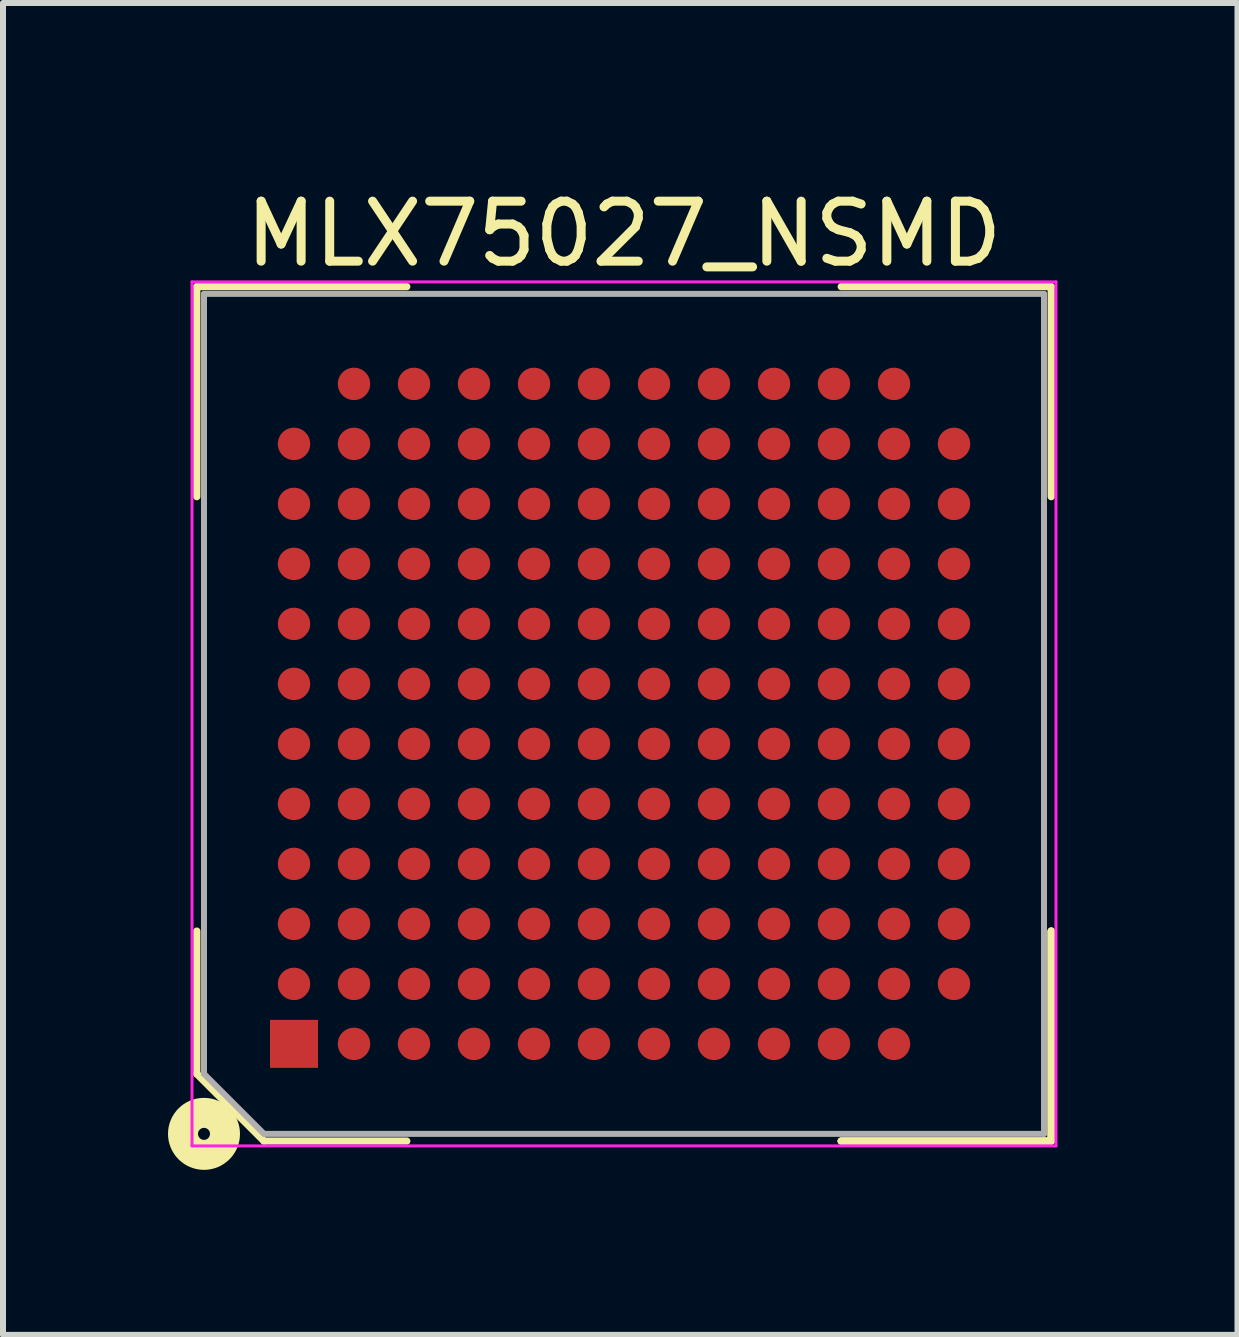
<source format=kicad_pcb>
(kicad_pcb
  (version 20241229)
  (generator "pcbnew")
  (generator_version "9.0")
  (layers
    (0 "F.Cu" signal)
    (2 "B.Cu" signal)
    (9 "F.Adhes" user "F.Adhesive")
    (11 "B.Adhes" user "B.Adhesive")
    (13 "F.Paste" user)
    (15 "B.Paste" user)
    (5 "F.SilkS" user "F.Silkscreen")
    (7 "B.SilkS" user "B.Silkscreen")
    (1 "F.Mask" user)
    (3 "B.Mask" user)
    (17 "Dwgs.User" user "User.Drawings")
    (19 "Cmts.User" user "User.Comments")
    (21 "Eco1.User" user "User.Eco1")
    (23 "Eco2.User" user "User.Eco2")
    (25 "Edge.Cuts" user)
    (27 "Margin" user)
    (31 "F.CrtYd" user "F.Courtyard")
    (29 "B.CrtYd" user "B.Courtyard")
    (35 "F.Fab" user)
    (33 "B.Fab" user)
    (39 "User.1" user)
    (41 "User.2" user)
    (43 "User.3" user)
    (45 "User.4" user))
  (footprint "MLX75027_NSMD"
    (layer "F.Cu")
    (at 7.35 8.848)
    (property "Reference" "MLX75027_NSMD" (at 0 -8 0) (layer "F.SilkS") (effects (font (size 1 1) (thickness 0.15))))
    (attr smd)
    (fp_line (start -7.12 -7.12) (end -7.12 -3.62) (stroke (width 0.12) (type solid)) (layer "F.SilkS"))
    (fp_line (start -7.12 6) (end -7.12 3.62) (stroke (width 0.12) (type solid)) (layer "F.SilkS"))
    (fp_line (start -6 7.12) (end -7.12 6) (stroke (width 0.12) (type solid)) (layer "F.SilkS"))
    (fp_line (start -3.62 -7.12) (end -7.12 -7.12) (stroke (width 0.12) (type solid)) (layer "F.SilkS"))
    (fp_line (start -3.62 7.12) (end -6 7.12) (stroke (width 0.12) (type solid)) (layer "F.SilkS"))
    (fp_line (start 3.62 -7.12) (end 7.12 -7.12) (stroke (width 0.12) (type solid)) (layer "F.SilkS"))
    (fp_line (start 3.62 7.12) (end 7.12 7.12) (stroke (width 0.12) (type solid)) (layer "F.SilkS"))
    (fp_line (start 3.62 7.12) (end 7.12 7.12) (stroke (width 0.12) (type solid)) (layer "F.SilkS"))
    (fp_line (start 3.62 7.12) (end 7.12 7.12) (stroke (width 0.12) (type solid)) (layer "F.SilkS"))
    (fp_line (start 7.12 -7.12) (end 7.12 -3.62) (stroke (width 0.12) (type solid)) (layer "F.SilkS"))
    (fp_line (start 7.12 7.12) (end 7.12 3.62) (stroke (width 0.12) (type solid)) (layer "F.SilkS"))
    (fp_line (start 7.12 7.12) (end 7.12 3.62) (stroke (width 0.12) (type solid)) (layer "F.SilkS"))
    (fp_line (start 7.12 7.12) (end 7.12 3.62) (stroke (width 0.12) (type solid)) (layer "F.SilkS"))
    (fp_circle (center -7 7) (end -6.9 7) (stroke (width 0.5) (type solid)) (fill no) (layer "F.SilkS"))
    (fp_line (start -7.2 -7.2) (end -7.2 7.2) (stroke (width 0.05) (type solid)) (layer "F.CrtYd"))
    (fp_line (start -7.2 7.2) (end 7.2 7.2) (stroke (width 0.05) (type solid)) (layer "F.CrtYd"))
    (fp_line (start 7.2 -7.2) (end -7.2 -7.2) (stroke (width 0.05) (type solid)) (layer "F.CrtYd"))
    (fp_line (start 7.2 7.2) (end 7.2 -7.2) (stroke (width 0.05) (type solid)) (layer "F.CrtYd"))
    (fp_line (start -7 -7) (end 7 -7) (stroke (width 0.1) (type solid)) (layer "F.Fab"))
    (fp_line (start -7 6) (end -7 -7) (stroke (width 0.1) (type solid)) (layer "F.Fab"))
    (fp_line (start -6 7) (end -7 6) (stroke (width 0.1) (type solid)) (layer "F.Fab"))
    (fp_line (start 7 -7) (end 7 7) (stroke (width 0.1) (type solid)) (layer "F.Fab"))
    (fp_line (start 7 7) (end -6 7) (stroke (width 0.1) (type solid)) (layer "F.Fab"))
    (pad "" smd circle (at -5.5 -4.5 180) (size 0.64 0.64) (layers "F.Mask"))
    (pad "" smd circle (at -5.5 -3.5 180) (size 0.64 0.64) (layers "F.Mask"))
    (pad "" smd circle (at -5.5 -2.5 180) (size 0.64 0.64) (layers "F.Mask"))
    (pad "" smd circle (at -5.5 -1.5 180) (size 0.64 0.64) (layers "F.Mask"))
    (pad "" smd circle (at -5.5 -0.5 180) (size 0.64 0.64) (layers "F.Mask"))
    (pad "" smd circle (at -5.5 0.5 180) (size 0.64 0.64) (layers "F.Mask"))
    (pad "" smd circle (at -5.5 1.5 180) (size 0.64 0.64) (layers "F.Mask"))
    (pad "" smd circle (at -5.5 2.5 180) (size 0.64 0.64) (layers "F.Mask"))
    (pad "" smd circle (at -5.5 3.5 180) (size 0.64 0.64) (layers "F.Mask"))
    (pad "" smd circle (at -5.5 4.5 180) (size 0.64 0.64) (layers "F.Mask"))
    (pad "" smd circle (at -4.5 -5.5 180) (size 0.64 0.64) (layers "F.Mask"))
    (pad "" smd circle (at -4.5 -4.5 180) (size 0.64 0.64) (layers "F.Mask"))
    (pad "" smd circle (at -4.5 -3.5 180) (size 0.64 0.64) (layers "F.Mask"))
    (pad "" smd circle (at -4.5 -2.5 180) (size 0.64 0.64) (layers "F.Mask"))
    (pad "" smd circle (at -4.5 -1.5 180) (size 0.64 0.64) (layers "F.Mask"))
    (pad "" smd circle (at -4.5 -0.5 180) (size 0.64 0.64) (layers "F.Mask"))
    (pad "" smd circle (at -4.5 0.5 180) (size 0.64 0.64) (layers "F.Mask"))
    (pad "" smd circle (at -4.5 1.5 180) (size 0.64 0.64) (layers "F.Mask"))
    (pad "" smd circle (at -4.5 2.5 180) (size 0.64 0.64) (layers "F.Mask"))
    (pad "" smd circle (at -4.5 3.5 180) (size 0.64 0.64) (layers "F.Mask"))
    (pad "" smd circle (at -4.5 4.5 180) (size 0.64 0.64) (layers "F.Mask"))
    (pad "" smd circle (at -4.5 5.5 180) (size 0.64 0.64) (layers "F.Mask"))
    (pad "" smd circle (at -3.5 -5.5 180) (size 0.64 0.64) (layers "F.Mask"))
    (pad "" smd circle (at -3.5 -4.5 180) (size 0.64 0.64) (layers "F.Mask"))
    (pad "" smd circle (at -3.5 -3.5 180) (size 0.64 0.64) (layers "F.Mask"))
    (pad "" smd circle (at -3.5 -2.5 180) (size 0.64 0.64) (layers "F.Mask"))
    (pad "" smd circle (at -3.5 -1.5 180) (size 0.64 0.64) (layers "F.Mask"))
    (pad "" smd circle (at -3.5 -0.5 180) (size 0.64 0.64) (layers "F.Mask"))
    (pad "" smd circle (at -3.5 0.5 180) (size 0.64 0.64) (layers "F.Mask"))
    (pad "" smd circle (at -3.5 1.5 180) (size 0.64 0.64) (layers "F.Mask"))
    (pad "" smd circle (at -3.5 2.5 180) (size 0.64 0.64) (layers "F.Mask"))
    (pad "" smd circle (at -3.5 3.5 180) (size 0.64 0.64) (layers "F.Mask"))
    (pad "" smd circle (at -3.5 4.5 180) (size 0.64 0.64) (layers "F.Mask"))
    (pad "" smd circle (at -3.5 5.5 180) (size 0.64 0.64) (layers "F.Mask"))
    (pad "" smd circle (at -2.5 -5.5 180) (size 0.64 0.64) (layers "F.Mask"))
    (pad "" smd circle (at -2.5 -4.5 180) (size 0.64 0.64) (layers "F.Mask"))
    (pad "" smd circle (at -2.5 -3.5 180) (size 0.64 0.64) (layers "F.Mask"))
    (pad "" smd circle (at -2.5 -2.5 180) (size 0.64 0.64) (layers "F.Mask"))
    (pad "" smd circle (at -2.5 -1.5 180) (size 0.64 0.64) (layers "F.Mask"))
    (pad "" smd circle (at -2.5 -0.5 180) (size 0.64 0.64) (layers "F.Mask"))
    (pad "" smd circle (at -2.5 0.5 180) (size 0.64 0.64) (layers "F.Mask"))
    (pad "" smd circle (at -2.5 1.5 180) (size 0.64 0.64) (layers "F.Mask"))
    (pad "" smd circle (at -2.5 2.5 180) (size 0.64 0.64) (layers "F.Mask"))
    (pad "" smd circle (at -2.5 3.5 180) (size 0.64 0.64) (layers "F.Mask"))
    (pad "" smd circle (at -2.5 4.5 180) (size 0.64 0.64) (layers "F.Mask"))
    (pad "" smd circle (at -2.5 5.5 180) (size 0.64 0.64) (layers "F.Mask"))
    (pad "" smd circle (at -1.5 -5.5 180) (size 0.64 0.64) (layers "F.Mask"))
    (pad "" smd circle (at -1.5 -4.5 180) (size 0.64 0.64) (layers "F.Mask"))
    (pad "" smd circle (at -1.5 -3.5 180) (size 0.64 0.64) (layers "F.Mask"))
    (pad "" smd circle (at -1.5 -2.5 180) (size 0.64 0.64) (layers "F.Mask"))
    (pad "" smd circle (at -1.5 -1.5 180) (size 0.64 0.64) (layers "F.Mask"))
    (pad "" smd circle (at -1.5 -0.5 180) (size 0.64 0.64) (layers "F.Mask"))
    (pad "" smd circle (at -1.5 0.5 180) (size 0.64 0.64) (layers "F.Mask"))
    (pad "" smd circle (at -1.5 1.5 180) (size 0.64 0.64) (layers "F.Mask"))
    (pad "" smd circle (at -1.5 2.5 180) (size 0.64 0.64) (layers "F.Mask"))
    (pad "" smd circle (at -1.5 3.5 180) (size 0.64 0.64) (layers "F.Mask"))
    (pad "" smd circle (at -1.5 4.5 180) (size 0.64 0.64) (layers "F.Mask"))
    (pad "" smd circle (at -1.5 5.5 180) (size 0.64 0.64) (layers "F.Mask"))
    (pad "" smd circle (at -0.5 -5.5 180) (size 0.64 0.64) (layers "F.Mask"))
    (pad "" smd circle (at -0.5 -4.5 180) (size 0.64 0.64) (layers "F.Mask"))
    (pad "" smd circle (at -0.5 -3.5 180) (size 0.64 0.64) (layers "F.Mask"))
    (pad "" smd circle (at -0.5 -2.5 180) (size 0.64 0.64) (layers "F.Mask"))
    (pad "" smd circle (at -0.5 -1.5 180) (size 0.64 0.64) (layers "F.Mask"))
    (pad "" smd circle (at -0.5 -0.5 180) (size 0.64 0.64) (layers "F.Mask"))
    (pad "" smd circle (at -0.5 0.5 180) (size 0.64 0.64) (layers "F.Mask"))
    (pad "" smd circle (at -0.5 1.5 180) (size 0.64 0.64) (layers "F.Mask"))
    (pad "" smd circle (at -0.5 2.5 180) (size 0.64 0.64) (layers "F.Mask"))
    (pad "" smd circle (at -0.5 3.5 180) (size 0.64 0.64) (layers "F.Mask"))
    (pad "" smd circle (at -0.5 4.5 180) (size 0.64 0.64) (layers "F.Mask"))
    (pad "" smd circle (at -0.5 5.5 180) (size 0.64 0.64) (layers "F.Mask"))
    (pad "" smd circle (at 0.5 -5.5 180) (size 0.64 0.64) (layers "F.Mask"))
    (pad "" smd circle (at 0.5 -4.5 180) (size 0.64 0.64) (layers "F.Mask"))
    (pad "" smd circle (at 0.5 -3.5 180) (size 0.64 0.64) (layers "F.Mask"))
    (pad "" smd circle (at 0.5 -2.5 180) (size 0.64 0.64) (layers "F.Mask"))
    (pad "" smd circle (at 0.5 -1.5 180) (size 0.64 0.64) (layers "F.Mask"))
    (pad "" smd circle (at 0.5 -0.5 180) (size 0.64 0.64) (layers "F.Mask"))
    (pad "" smd circle (at 0.5 0.5 180) (size 0.64 0.64) (layers "F.Mask"))
    (pad "" smd circle (at 0.5 1.5 180) (size 0.64 0.64) (layers "F.Mask"))
    (pad "" smd circle (at 0.5 2.5 180) (size 0.64 0.64) (layers "F.Mask"))
    (pad "" smd circle (at 0.5 3.5 180) (size 0.64 0.64) (layers "F.Mask"))
    (pad "" smd circle (at 0.5 4.5 180) (size 0.64 0.64) (layers "F.Mask"))
    (pad "" smd circle (at 0.5 5.5 180) (size 0.64 0.64) (layers "F.Mask"))
    (pad "" smd circle (at 1.5 -5.5 180) (size 0.64 0.64) (layers "F.Mask"))
    (pad "" smd circle (at 1.5 -4.5 180) (size 0.64 0.64) (layers "F.Mask"))
    (pad "" smd circle (at 1.5 -3.5 180) (size 0.64 0.64) (layers "F.Mask"))
    (pad "" smd circle (at 1.5 -2.5 180) (size 0.64 0.64) (layers "F.Mask"))
    (pad "" smd circle (at 1.5 -1.5 180) (size 0.64 0.64) (layers "F.Mask"))
    (pad "" smd circle (at 1.5 -0.5 180) (size 0.64 0.64) (layers "F.Mask"))
    (pad "" smd circle (at 1.5 0.5 180) (size 0.64 0.64) (layers "F.Mask"))
    (pad "" smd circle (at 1.5 1.5 180) (size 0.64 0.64) (layers "F.Mask"))
    (pad "" smd circle (at 1.5 2.5 180) (size 0.64 0.64) (layers "F.Mask"))
    (pad "" smd circle (at 1.5 3.5 180) (size 0.64 0.64) (layers "F.Mask"))
    (pad "" smd circle (at 1.5 4.5 180) (size 0.64 0.64) (layers "F.Mask"))
    (pad "" smd circle (at 1.5 5.5 180) (size 0.64 0.64) (layers "F.Mask"))
    (pad "" smd circle (at 2.5 -5.5 180) (size 0.64 0.64) (layers "F.Mask"))
    (pad "" smd circle (at 2.5 -4.5 180) (size 0.64 0.64) (layers "F.Mask"))
    (pad "" smd circle (at 2.5 -3.5 180) (size 0.64 0.64) (layers "F.Mask"))
    (pad "" smd circle (at 2.5 -2.5 180) (size 0.64 0.64) (layers "F.Mask"))
    (pad "" smd circle (at 2.5 -1.5 180) (size 0.64 0.64) (layers "F.Mask"))
    (pad "" smd circle (at 2.5 -0.5 180) (size 0.64 0.64) (layers "F.Mask"))
    (pad "" smd circle (at 2.5 0.5 180) (size 0.64 0.64) (layers "F.Mask"))
    (pad "" smd circle (at 2.5 1.5 180) (size 0.64 0.64) (layers "F.Mask"))
    (pad "" smd circle (at 2.5 2.5 180) (size 0.64 0.64) (layers "F.Mask"))
    (pad "" smd circle (at 2.5 3.5 180) (size 0.64 0.64) (layers "F.Mask"))
    (pad "" smd circle (at 2.5 4.5 180) (size 0.64 0.64) (layers "F.Mask"))
    (pad "" smd circle (at 2.5 5.5 180) (size 0.64 0.64) (layers "F.Mask"))
    (pad "" smd circle (at 3.5 -5.5 180) (size 0.64 0.64) (layers "F.Mask"))
    (pad "" smd circle (at 3.5 -4.5 180) (size 0.64 0.64) (layers "F.Mask"))
    (pad "" smd circle (at 3.5 -3.5 180) (size 0.64 0.64) (layers "F.Mask"))
    (pad "" smd circle (at 3.5 -2.5 180) (size 0.64 0.64) (layers "F.Mask"))
    (pad "" smd circle (at 3.5 -1.5 180) (size 0.64 0.64) (layers "F.Mask"))
    (pad "" smd circle (at 3.5 -0.5 180) (size 0.64 0.64) (layers "F.Mask"))
    (pad "" smd circle (at 3.5 0.5 180) (size 0.64 0.64) (layers "F.Mask"))
    (pad "" smd circle (at 3.5 1.5 180) (size 0.64 0.64) (layers "F.Mask"))
    (pad "" smd circle (at 3.5 2.5 180) (size 0.64 0.64) (layers "F.Mask"))
    (pad "" smd circle (at 3.5 3.5 180) (size 0.64 0.64) (layers "F.Mask"))
    (pad "" smd circle (at 3.5 4.5 180) (size 0.64 0.64) (layers "F.Mask"))
    (pad "" smd circle (at 3.5 5.5 180) (size 0.64 0.64) (layers "F.Mask"))
    (pad "" smd circle (at 4.5 -5.5 180) (size 0.64 0.64) (layers "F.Mask"))
    (pad "" smd circle (at 4.5 -4.5 180) (size 0.64 0.64) (layers "F.Mask"))
    (pad "" smd circle (at 4.5 -3.5 180) (size 0.64 0.64) (layers "F.Mask"))
    (pad "" smd circle (at 4.5 -2.5 180) (size 0.64 0.64) (layers "F.Mask"))
    (pad "" smd circle (at 4.5 -1.5 180) (size 0.64 0.64) (layers "F.Mask"))
    (pad "" smd circle (at 4.5 -0.5 180) (size 0.64 0.64) (layers "F.Mask"))
    (pad "" smd circle (at 4.5 0.5 180) (size 0.64 0.64) (layers "F.Mask"))
    (pad "" smd circle (at 4.5 1.5 180) (size 0.64 0.64) (layers "F.Mask"))
    (pad "" smd circle (at 4.5 2.5 180) (size 0.64 0.64) (layers "F.Mask"))
    (pad "" smd circle (at 4.5 3.5 180) (size 0.64 0.64) (layers "F.Mask"))
    (pad "" smd circle (at 4.5 4.5 180) (size 0.64 0.64) (layers "F.Mask"))
    (pad "" smd circle (at 4.5 5.5 180) (size 0.64 0.64) (layers "F.Mask"))
    (pad "" smd circle (at 5.5 -4.5 180) (size 0.64 0.64) (layers "F.Mask"))
    (pad "" smd circle (at 5.5 -3.5 180) (size 0.64 0.64) (layers "F.Mask"))
    (pad "" smd circle (at 5.5 -2.5 180) (size 0.64 0.64) (layers "F.Mask"))
    (pad "" smd circle (at 5.5 -1.5 180) (size 0.64 0.64) (layers "F.Mask"))
    (pad "" smd circle (at 5.5 -0.5 180) (size 0.64 0.64) (layers "F.Mask"))
    (pad "" smd circle (at 5.5 0.5 180) (size 0.64 0.64) (layers "F.Mask"))
    (pad "" smd circle (at 5.5 1.5 180) (size 0.64 0.64) (layers "F.Mask"))
    (pad "" smd circle (at 5.5 2.5 180) (size 0.64 0.64) (layers "F.Mask"))
    (pad "" smd circle (at 5.5 3.5 180) (size 0.64 0.64) (layers "F.Mask"))
    (pad "" smd circle (at 5.5 4.5 180) (size 0.64 0.64) (layers "F.Mask"))
    (pad "A1" smd rect (at -5.5 5.5 180) (size 0.8 0.8) (layers "F.Cu" "F.Mask" "F.Paste"))
    (pad "A2" smd circle (at -4.5 5.5 180) (size 0.54 0.54) (layers "F.Cu" "F.Mask"))
    (pad "A3" smd circle (at -3.5 5.5 180) (size 0.54 0.54) (layers "F.Cu" "F.Mask"))
    (pad "A4" smd circle (at -2.5 5.5 180) (size 0.54 0.54) (layers "F.Cu" "F.Mask"))
    (pad "A5" smd circle (at -1.5 5.5 180) (size 0.54 0.54) (layers "F.Cu" "F.Mask"))
    (pad "A6" smd circle (at -0.5 5.5 180) (size 0.54 0.54) (layers "F.Cu" "F.Mask"))
    (pad "A7" smd circle (at 0.5 5.5 180) (size 0.54 0.54) (layers "F.Cu" "F.Mask"))
    (pad "A8" smd circle (at 1.5 5.5 180) (size 0.54 0.54) (layers "F.Cu" "F.Mask"))
    (pad "A9" smd circle (at 2.5 5.5 180) (size 0.54 0.54) (layers "F.Cu" "F.Mask"))
    (pad "A10" smd circle (at 3.5 5.5 180) (size 0.54 0.54) (layers "F.Cu" "F.Mask"))
    (pad "A11" smd circle (at 4.5 5.5 180) (size 0.54 0.54) (layers "F.Cu" "F.Mask"))
    (pad "B1" smd circle (at -5.5 4.5 180) (size 0.54 0.54) (layers "F.Cu" "F.Mask"))
    (pad "B2" smd circle (at -4.5 4.5 180) (size 0.54 0.54) (layers "F.Cu" "F.Mask"))
    (pad "B3" smd circle (at -3.5 4.5 180) (size 0.54 0.54) (layers "F.Cu" "F.Mask"))
    (pad "B4" smd circle (at -2.5 4.5 180) (size 0.54 0.54) (layers "F.Cu" "F.Mask"))
    (pad "B5" smd circle (at -1.5 4.5 180) (size 0.54 0.54) (layers "F.Cu" "F.Mask"))
    (pad "B6" smd circle (at -0.5 4.5 180) (size 0.54 0.54) (layers "F.Cu" "F.Mask"))
    (pad "B7" smd circle (at 0.5 4.5 180) (size 0.54 0.54) (layers "F.Cu" "F.Mask"))
    (pad "B8" smd circle (at 1.5 4.5 180) (size 0.54 0.54) (layers "F.Cu" "F.Mask"))
    (pad "B9" smd circle (at 2.5 4.5 180) (size 0.54 0.54) (layers "F.Cu" "F.Mask"))
    (pad "B10" smd circle (at 3.5 4.5 180) (size 0.54 0.54) (layers "F.Cu" "F.Mask"))
    (pad "B11" smd circle (at 4.5 4.5 180) (size 0.54 0.54) (layers "F.Cu" "F.Mask"))
    (pad "B12" smd circle (at 5.5 4.5 180) (size 0.54 0.54) (layers "F.Cu" "F.Mask"))
    (pad "C1" smd circle (at -5.5 3.5 180) (size 0.54 0.54) (layers "F.Cu" "F.Mask"))
    (pad "C2" smd circle (at -4.5 3.5 180) (size 0.54 0.54) (layers "F.Cu" "F.Mask"))
    (pad "C3" smd circle (at -3.5 3.5 180) (size 0.54 0.54) (layers "F.Cu" "F.Mask"))
    (pad "C4" smd circle (at -2.5 3.5 180) (size 0.54 0.54) (layers "F.Cu" "F.Mask"))
    (pad "C5" smd circle (at -1.5 3.5 180) (size 0.54 0.54) (layers "F.Cu" "F.Mask"))
    (pad "C6" smd circle (at -0.5 3.5 180) (size 0.54 0.54) (layers "F.Cu" "F.Mask"))
    (pad "C7" smd circle (at 0.5 3.5 180) (size 0.54 0.54) (layers "F.Cu" "F.Mask"))
    (pad "C8" smd circle (at 1.5 3.5 180) (size 0.54 0.54) (layers "F.Cu" "F.Mask"))
    (pad "C9" smd circle (at 2.5 3.5 180) (size 0.54 0.54) (layers "F.Cu" "F.Mask"))
    (pad "C10" smd circle (at 3.5 3.5 180) (size 0.54 0.54) (layers "F.Cu" "F.Mask"))
    (pad "C11" smd circle (at 4.5 3.5 180) (size 0.54 0.54) (layers "F.Cu" "F.Mask"))
    (pad "C12" smd circle (at 5.5 3.5 180) (size 0.54 0.54) (layers "F.Cu" "F.Mask"))
    (pad "D1" smd circle (at -5.5 2.5 180) (size 0.54 0.54) (layers "F.Cu" "F.Mask"))
    (pad "D2" smd circle (at -4.5 2.5 180) (size 0.54 0.54) (layers "F.Cu" "F.Mask"))
    (pad "D3" smd circle (at -3.5 2.5 180) (size 0.54 0.54) (layers "F.Cu" "F.Mask"))
    (pad "D4" smd circle (at -2.5 2.5 180) (size 0.54 0.54) (layers "F.Cu" "F.Mask"))
    (pad "D5" smd circle (at -1.5 2.5 180) (size 0.54 0.54) (layers "F.Cu" "F.Mask"))
    (pad "D6" smd circle (at -0.5 2.5 180) (size 0.54 0.54) (layers "F.Cu" "F.Mask"))
    (pad "D7" smd circle (at 0.5 2.5 180) (size 0.54 0.54) (layers "F.Cu" "F.Mask"))
    (pad "D8" smd circle (at 1.5 2.5 180) (size 0.54 0.54) (layers "F.Cu" "F.Mask"))
    (pad "D9" smd circle (at 2.5 2.5 180) (size 0.54 0.54) (layers "F.Cu" "F.Mask"))
    (pad "D10" smd circle (at 3.5 2.5 180) (size 0.54 0.54) (layers "F.Cu" "F.Mask"))
    (pad "D11" smd circle (at 4.5 2.5 180) (size 0.54 0.54) (layers "F.Cu" "F.Mask"))
    (pad "D12" smd circle (at 5.5 2.5 180) (size 0.54 0.54) (layers "F.Cu" "F.Mask"))
    (pad "E1" smd circle (at -5.5 1.5 180) (size 0.54 0.54) (layers "F.Cu" "F.Mask"))
    (pad "E2" smd circle (at -4.5 1.5 180) (size 0.54 0.54) (layers "F.Cu" "F.Mask"))
    (pad "E3" smd circle (at -3.5 1.5 180) (size 0.54 0.54) (layers "F.Cu" "F.Mask"))
    (pad "E4" smd circle (at -2.5 1.5 180) (size 0.54 0.54) (layers "F.Cu" "F.Mask"))
    (pad "E5" smd circle (at -1.5 1.5 180) (size 0.54 0.54) (layers "F.Cu" "F.Mask"))
    (pad "E6" smd circle (at -0.5 1.5 180) (size 0.54 0.54) (layers "F.Cu" "F.Mask"))
    (pad "E7" smd circle (at 0.5 1.5 180) (size 0.54 0.54) (layers "F.Cu" "F.Mask"))
    (pad "E8" smd circle (at 1.5 1.5 180) (size 0.54 0.54) (layers "F.Cu" "F.Mask"))
    (pad "E9" smd circle (at 2.5 1.5 180) (size 0.54 0.54) (layers "F.Cu" "F.Mask"))
    (pad "E10" smd circle (at 3.5 1.5 180) (size 0.54 0.54) (layers "F.Cu" "F.Mask"))
    (pad "E11" smd circle (at 4.5 1.5 180) (size 0.54 0.54) (layers "F.Cu" "F.Mask"))
    (pad "E12" smd circle (at 5.5 1.5 180) (size 0.54 0.54) (layers "F.Cu" "F.Mask"))
    (pad "F1" smd circle (at -5.5 0.5 180) (size 0.54 0.54) (layers "F.Cu" "F.Mask"))
    (pad "F2" smd circle (at -4.5 0.5 180) (size 0.54 0.54) (layers "F.Cu" "F.Mask"))
    (pad "F3" smd circle (at -3.5 0.5 180) (size 0.54 0.54) (layers "F.Cu" "F.Mask"))
    (pad "F4" smd circle (at -2.5 0.5 180) (size 0.54 0.54) (layers "F.Cu" "F.Mask"))
    (pad "F5" smd circle (at -1.5 0.5 180) (size 0.54 0.54) (layers "F.Cu" "F.Mask"))
    (pad "F6" smd circle (at -0.5 0.5 180) (size 0.54 0.54) (layers "F.Cu" "F.Mask"))
    (pad "F7" smd circle (at 0.5 0.5 180) (size 0.54 0.54) (layers "F.Cu" "F.Mask"))
    (pad "F8" smd circle (at 1.5 0.5 180) (size 0.54 0.54) (layers "F.Cu" "F.Mask"))
    (pad "F9" smd circle (at 2.5 0.5 180) (size 0.54 0.54) (layers "F.Cu" "F.Mask"))
    (pad "F10" smd circle (at 3.5 0.5 180) (size 0.54 0.54) (layers "F.Cu" "F.Mask"))
    (pad "F11" smd circle (at 4.5 0.5 180) (size 0.54 0.54) (layers "F.Cu" "F.Mask"))
    (pad "F12" smd circle (at 5.5 0.5 180) (size 0.54 0.54) (layers "F.Cu" "F.Mask"))
    (pad "G1" smd circle (at -5.5 -0.5 180) (size 0.54 0.54) (layers "F.Cu" "F.Mask"))
    (pad "G2" smd circle (at -4.5 -0.5 180) (size 0.54 0.54) (layers "F.Cu" "F.Mask"))
    (pad "G3" smd circle (at -3.5 -0.5 180) (size 0.54 0.54) (layers "F.Cu" "F.Mask"))
    (pad "G4" smd circle (at -2.5 -0.5 180) (size 0.54 0.54) (layers "F.Cu" "F.Mask"))
    (pad "G5" smd circle (at -1.5 -0.5 180) (size 0.54 0.54) (layers "F.Cu" "F.Mask"))
    (pad "G6" smd circle (at -0.5 -0.5 180) (size 0.54 0.54) (layers "F.Cu" "F.Mask"))
    (pad "G7" smd circle (at 0.5 -0.5 180) (size 0.54 0.54) (layers "F.Cu" "F.Mask"))
    (pad "G8" smd circle (at 1.5 -0.5 180) (size 0.54 0.54) (layers "F.Cu" "F.Mask"))
    (pad "G9" smd circle (at 2.5 -0.5 180) (size 0.54 0.54) (layers "F.Cu" "F.Mask"))
    (pad "G10" smd circle (at 3.5 -0.5 180) (size 0.54 0.54) (layers "F.Cu" "F.Mask"))
    (pad "G11" smd circle (at 4.5 -0.5 180) (size 0.54 0.54) (layers "F.Cu" "F.Mask"))
    (pad "G12" smd circle (at 5.5 -0.5 180) (size 0.54 0.54) (layers "F.Cu" "F.Mask"))
    (pad "H1" smd circle (at -5.5 -1.5 180) (size 0.54 0.54) (layers "F.Cu" "F.Mask"))
    (pad "H2" smd circle (at -4.5 -1.5 180) (size 0.54 0.54) (layers "F.Cu" "F.Mask"))
    (pad "H3" smd circle (at -3.5 -1.5 180) (size 0.54 0.54) (layers "F.Cu" "F.Mask"))
    (pad "H4" smd circle (at -2.5 -1.5 180) (size 0.54 0.54) (layers "F.Cu" "F.Mask"))
    (pad "H5" smd circle (at -1.5 -1.5 180) (size 0.54 0.54) (layers "F.Cu" "F.Mask"))
    (pad "H6" smd circle (at -0.5 -1.5 180) (size 0.54 0.54) (layers "F.Cu" "F.Mask"))
    (pad "H7" smd circle (at 0.5 -1.5 180) (size 0.54 0.54) (layers "F.Cu" "F.Mask"))
    (pad "H8" smd circle (at 1.5 -1.5 180) (size 0.54 0.54) (layers "F.Cu" "F.Mask"))
    (pad "H9" smd circle (at 2.5 -1.5 180) (size 0.54 0.54) (layers "F.Cu" "F.Mask"))
    (pad "H10" smd circle (at 3.5 -1.5 180) (size 0.54 0.54) (layers "F.Cu" "F.Mask"))
    (pad "H11" smd circle (at 4.5 -1.5 180) (size 0.54 0.54) (layers "F.Cu" "F.Mask"))
    (pad "H12" smd circle (at 5.5 -1.5 180) (size 0.54 0.54) (layers "F.Cu" "F.Mask"))
    (pad "J1" smd circle (at -5.5 -2.5 180) (size 0.54 0.54) (layers "F.Cu" "F.Mask"))
    (pad "J2" smd circle (at -4.5 -2.5 180) (size 0.54 0.54) (layers "F.Cu" "F.Mask"))
    (pad "J3" smd circle (at -3.5 -2.5 180) (size 0.54 0.54) (layers "F.Cu" "F.Mask"))
    (pad "J4" smd circle (at -2.5 -2.5 180) (size 0.54 0.54) (layers "F.Cu" "F.Mask"))
    (pad "J5" smd circle (at -1.5 -2.5 180) (size 0.54 0.54) (layers "F.Cu" "F.Mask"))
    (pad "J6" smd circle (at -0.5 -2.5 180) (size 0.54 0.54) (layers "F.Cu" "F.Mask"))
    (pad "J7" smd circle (at 0.5 -2.5 180) (size 0.54 0.54) (layers "F.Cu" "F.Mask"))
    (pad "J8" smd circle (at 1.5 -2.5 180) (size 0.54 0.54) (layers "F.Cu" "F.Mask"))
    (pad "J9" smd circle (at 2.5 -2.5 180) (size 0.54 0.54) (layers "F.Cu" "F.Mask"))
    (pad "J10" smd circle (at 3.5 -2.5 180) (size 0.54 0.54) (layers "F.Cu" "F.Mask"))
    (pad "J11" smd circle (at 4.5 -2.5 180) (size 0.54 0.54) (layers "F.Cu" "F.Mask"))
    (pad "J12" smd circle (at 5.5 -2.5 180) (size 0.54 0.54) (layers "F.Cu" "F.Mask"))
    (pad "K1" smd circle (at -5.5 -3.5 180) (size 0.54 0.54) (layers "F.Cu" "F.Mask"))
    (pad "K2" smd circle (at -4.5 -3.5 180) (size 0.54 0.54) (layers "F.Cu" "F.Mask"))
    (pad "K3" smd circle (at -3.5 -3.5 180) (size 0.54 0.54) (layers "F.Cu" "F.Mask"))
    (pad "K4" smd circle (at -2.5 -3.5 180) (size 0.54 0.54) (layers "F.Cu" "F.Mask"))
    (pad "K5" smd circle (at -1.5 -3.5 180) (size 0.54 0.54) (layers "F.Cu" "F.Mask"))
    (pad "K6" smd circle (at -0.5 -3.5 180) (size 0.54 0.54) (layers "F.Cu" "F.Mask"))
    (pad "K7" smd circle (at 0.5 -3.5 180) (size 0.54 0.54) (layers "F.Cu" "F.Mask"))
    (pad "K8" smd circle (at 1.5 -3.5 180) (size 0.54 0.54) (layers "F.Cu" "F.Mask"))
    (pad "K9" smd circle (at 2.5 -3.5 180) (size 0.54 0.54) (layers "F.Cu" "F.Mask"))
    (pad "K10" smd circle (at 3.5 -3.5 180) (size 0.54 0.54) (layers "F.Cu" "F.Mask"))
    (pad "K11" smd circle (at 4.5 -3.5 180) (size 0.54 0.54) (layers "F.Cu" "F.Mask"))
    (pad "K12" smd circle (at 5.5 -3.5 180) (size 0.54 0.54) (layers "F.Cu" "F.Mask"))
    (pad "L1" smd circle (at -5.5 -4.5 180) (size 0.54 0.54) (layers "F.Cu" "F.Mask"))
    (pad "L2" smd circle (at -4.5 -4.5 180) (size 0.54 0.54) (layers "F.Cu" "F.Mask"))
    (pad "L3" smd circle (at -3.5 -4.5 180) (size 0.54 0.54) (layers "F.Cu" "F.Mask"))
    (pad "L4" smd circle (at -2.5 -4.5 180) (size 0.54 0.54) (layers "F.Cu" "F.Mask"))
    (pad "L5" smd circle (at -1.5 -4.5 180) (size 0.54 0.54) (layers "F.Cu" "F.Mask"))
    (pad "L6" smd circle (at -0.5 -4.5 180) (size 0.54 0.54) (layers "F.Cu" "F.Mask"))
    (pad "L7" smd circle (at 0.5 -4.5 180) (size 0.54 0.54) (layers "F.Cu" "F.Mask"))
    (pad "L8" smd circle (at 1.5 -4.5 180) (size 0.54 0.54) (layers "F.Cu" "F.Mask"))
    (pad "L9" smd circle (at 2.5 -4.5 180) (size 0.54 0.54) (layers "F.Cu" "F.Mask"))
    (pad "L10" smd circle (at 3.5 -4.5 180) (size 0.54 0.54) (layers "F.Cu" "F.Mask"))
    (pad "L11" smd circle (at 4.5 -4.5 180) (size 0.54 0.54) (layers "F.Cu" "F.Mask"))
    (pad "L12" smd circle (at 5.5 -4.5 180) (size 0.54 0.54) (layers "F.Cu" "F.Mask"))
    (pad "M2" smd circle (at -4.5 -5.5 180) (size 0.54 0.54) (layers "F.Cu" "F.Mask"))
    (pad "M3" smd circle (at -3.5 -5.5 180) (size 0.54 0.54) (layers "F.Cu" "F.Mask"))
    (pad "M4" smd circle (at -2.5 -5.5 180) (size 0.54 0.54) (layers "F.Cu" "F.Mask"))
    (pad "M5" smd circle (at -1.5 -5.5 180) (size 0.54 0.54) (layers "F.Cu" "F.Mask"))
    (pad "M6" smd circle (at -0.5 -5.5 180) (size 0.54 0.54) (layers "F.Cu" "F.Mask"))
    (pad "M7" smd circle (at 0.5 -5.5 180) (size 0.54 0.54) (layers "F.Cu" "F.Mask"))
    (pad "M8" smd circle (at 1.5 -5.5 180) (size 0.54 0.54) (layers "F.Cu" "F.Mask"))
    (pad "M9" smd circle (at 2.5 -5.5 180) (size 0.54 0.54) (layers "F.Cu" "F.Mask"))
    (pad "M10" smd circle (at 3.5 -5.5 180) (size 0.54 0.54) (layers "F.Cu" "F.Mask"))
    (pad "M11" smd circle (at 4.5 -5.5 180) (size 0.54 0.54) (layers "F.Cu" "F.Mask")))
  (gr_rect
    (start -3 -3)
    (end 17.575 19.198)
    (stroke (width 0.1) (type default))
    (fill no)
    (layer "Edge.Cuts")))
</source>
